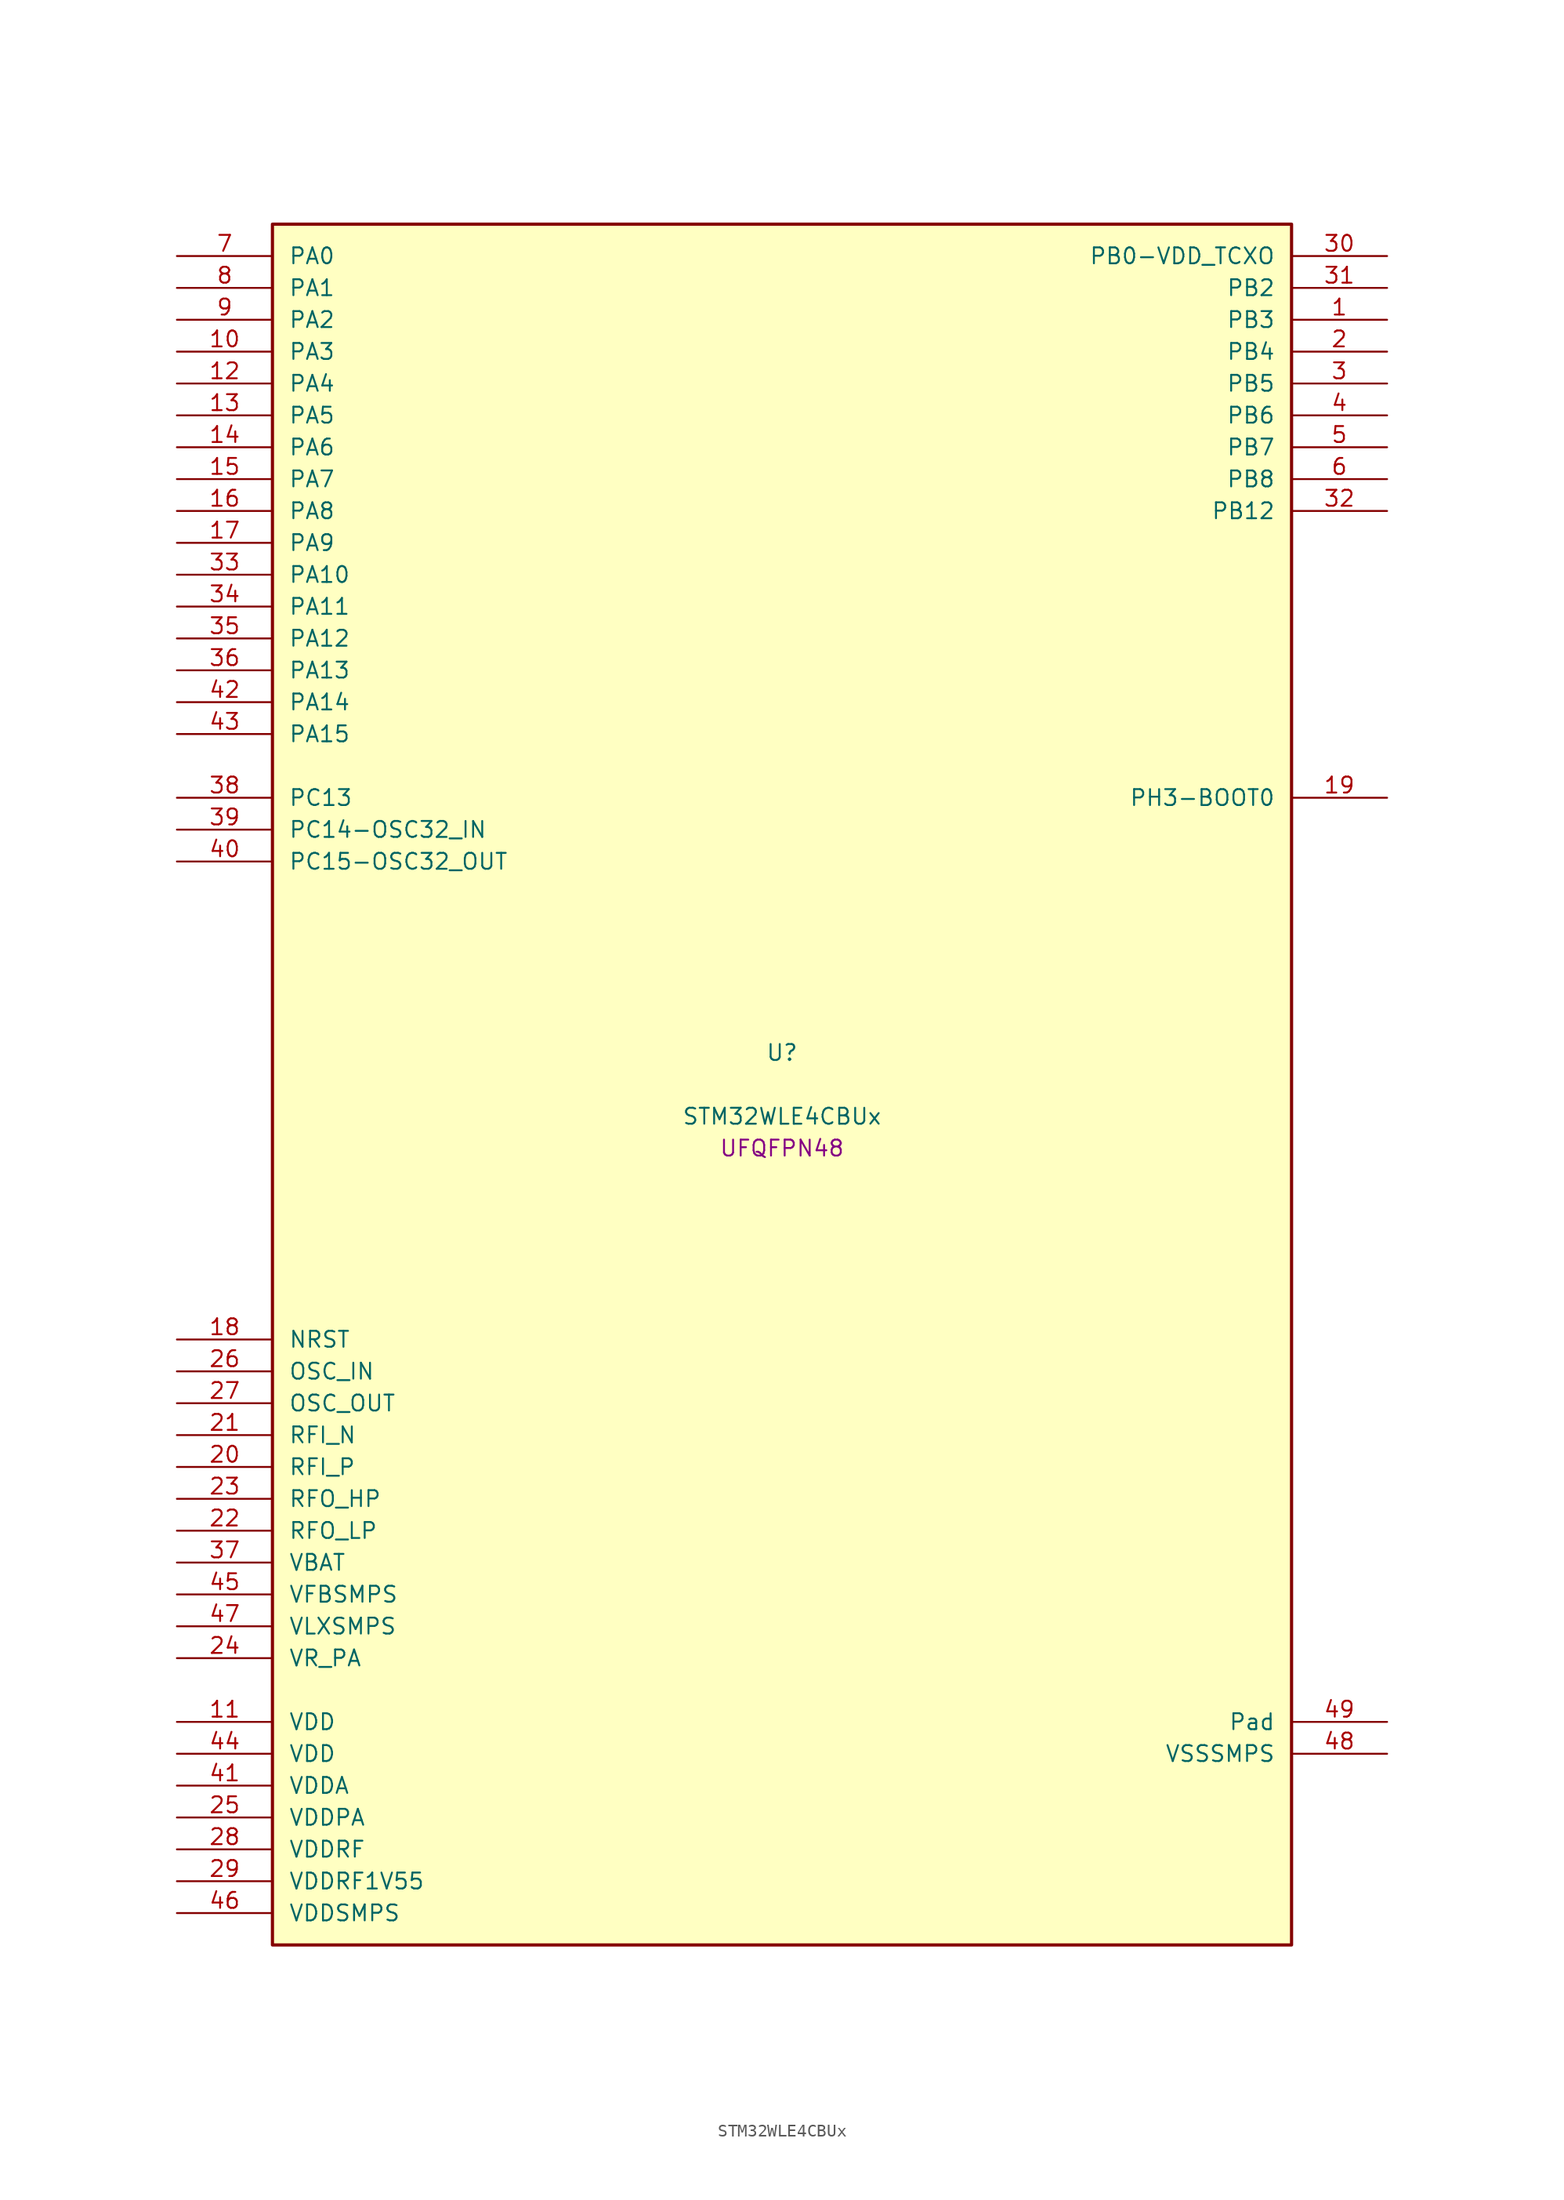
<source format=kicad_sym>
(kicad_symbol_lib
  (version 20241209)
  (generator "stm32_pkl_generator")
  (generator_version "1.0")
  (symbol "STM32WLE4CBUx"
    (pin_names
      (offset 1.27))
    (property "Reference" "U"
      (at 0 2.54 0))
    (property "Value" "STM32WLE4CBUx"
      (at 0 -2.54 0))
    (property "Footprint" "UFQFPN48"
      (at 0 -5.08 0))
    (symbol "STM32WLE4CBUx_1_1"
      (rectangle (start -40.64 68.58) (end 40.64 -68.58) (stroke (width 0.254) (type solid)) (fill (type background)))
      (pin bidirectional line (at -48.26 66.04 0) (length 7.62) (name "PA0") (number "7") (alternate "PA0/COMP1_OUT" bidirectional line) (alternate "PA0/DEBUG_PWR-REGLP1S" bidirectional line) (alternate "PA0/I2C3_SMBA" bidirectional line) (alternate "PA0/I2S_CKIN" bidirectional line) (alternate "PA0/PWR_WKUP1" bidirectional line) (alternate "PA0/RTC_TAMP_IN2" bidirectional line) (alternate "PA0/TIM2_CH1" bidirectional line) (alternate "PA0/TIM2_ETR" bidirectional line) (alternate "PA0/USART2_CTS" bidirectional line) (alternate "PA0/USART2_NSS" bidirectional line))
      (pin bidirectional line (at -48.26 63.5 0) (length 7.62) (name "PA1") (number "8") (alternate "PA1/DEBUG_PWR-REGLP2S" bidirectional line) (alternate "PA1/I2C1_SMBA" bidirectional line) (alternate "PA1/LPTIM3_OUT" bidirectional line) (alternate "PA1/LPUART1_RTS" bidirectional line) (alternate "PA1/SPI1_SCK" bidirectional line) (alternate "PA1/TIM2_CH2" bidirectional line) (alternate "PA1/USART2_DE" bidirectional line) (alternate "PA1/USART2_RTS" bidirectional line))
      (pin bidirectional line (at -48.26 60.96 0) (length 7.62) (name "PA2") (number "9") (alternate "PA2/COMP2_OUT" bidirectional line) (alternate "PA2/DEBUG_PWR-LDORDY" bidirectional line) (alternate "PA2/LPUART1_TX" bidirectional line) (alternate "PA2/RCC_LSCO" bidirectional line) (alternate "PA2/TIM2_CH3" bidirectional line) (alternate "PA2/USART2_TX" bidirectional line))
      (pin bidirectional line (at -48.26 58.42 0) (length 7.62) (name "PA3") (number "10") (alternate "PA3/I2S2_MCK" bidirectional line) (alternate "PA3/LPUART1_RX" bidirectional line) (alternate "PA3/TIM2_CH4" bidirectional line) (alternate "PA3/USART2_RX" bidirectional line))
      (pin bidirectional line (at -48.26 55.88 0) (length 7.62) (name "PA4") (number "12") (alternate "PA4/DEBUG_SUBGHZSPI-NSSOUT" bidirectional line) (alternate "PA4/LPTIM1_OUT" bidirectional line) (alternate "PA4/LPTIM2_OUT" bidirectional line) (alternate "PA4/RTC_OUT2" bidirectional line) (alternate "PA4/SPI1_NSS" bidirectional line) (alternate "PA4/USART2_CK" bidirectional line))
      (pin bidirectional line (at -48.26 53.34 0) (length 7.62) (name "PA5") (number "13") (alternate "PA5/DEBUG_SUBGHZSPI-SCKOUT" bidirectional line) (alternate "PA5/LPTIM2_ETR" bidirectional line) (alternate "PA5/SPI1_SCK" bidirectional line) (alternate "PA5/SPI2_MISO" bidirectional line) (alternate "PA5/TIM2_CH1" bidirectional line) (alternate "PA5/TIM2_ETR" bidirectional line))
      (pin bidirectional line (at -48.26 50.8 0) (length 7.62) (name "PA6") (number "14") (alternate "PA6/DEBUG_SUBGHZSPI-MISOOUT" bidirectional line) (alternate "PA6/I2C2_SMBA" bidirectional line) (alternate "PA6/LPUART1_CTS" bidirectional line) (alternate "PA6/SPI1_MISO" bidirectional line) (alternate "PA6/TIM16_CH1" bidirectional line) (alternate "PA6/TIM1_BKIN" bidirectional line))
      (pin bidirectional line (at -48.26 48.26 0) (length 7.62) (name "PA7") (number "15") (alternate "PA7/COMP2_OUT" bidirectional line) (alternate "PA7/DEBUG_SUBGHZSPI-MOSIOUT" bidirectional line) (alternate "PA7/I2C3_SCL" bidirectional line) (alternate "PA7/SPI1_MOSI" bidirectional line) (alternate "PA7/TIM17_CH1" bidirectional line) (alternate "PA7/TIM1_CH1N" bidirectional line))
      (pin bidirectional line (at -48.26 45.72 0) (length 7.62) (name "PA8") (number "16") (alternate "PA8/I2S2_CK" bidirectional line) (alternate "PA8/LPTIM2_OUT" bidirectional line) (alternate "PA8/RCC_MCO" bidirectional line) (alternate "PA8/SPI2_SCK" bidirectional line) (alternate "PA8/TIM1_CH1" bidirectional line) (alternate "PA8/USART1_CK" bidirectional line))
      (pin bidirectional line (at -48.26 43.18 0) (length 7.62) (name "PA9") (number "17") (alternate "PA9/DAC_EXTI9" bidirectional line) (alternate "PA9/I2C1_SCL" bidirectional line) (alternate "PA9/I2S2_CK" bidirectional line) (alternate "PA9/I2S2_WS" bidirectional line) (alternate "PA9/SPI2_NSS" bidirectional line) (alternate "PA9/SPI2_SCK" bidirectional line) (alternate "PA9/TIM1_CH2" bidirectional line) (alternate "PA9/USART1_TX" bidirectional line))
      (pin bidirectional line (at -48.26 40.64 0) (length 7.62) (name "PA10") (number "33") (alternate "PA10/ADC_IN6" bidirectional line) (alternate "PA10/COMP1_INM" bidirectional line) (alternate "PA10/COMP2_INM" bidirectional line) (alternate "PA10/DAC_OUT1" bidirectional line) (alternate "PA10/DEBUG_RF-HSE32RDY" bidirectional line) (alternate "PA10/I2C1_SDA" bidirectional line) (alternate "PA10/I2S2_SD" bidirectional line) (alternate "PA10/RTC_REFIN" bidirectional line) (alternate "PA10/SPI2_MOSI" bidirectional line) (alternate "PA10/TIM17_BKIN" bidirectional line) (alternate "PA10/TIM1_CH3" bidirectional line) (alternate "PA10/USART1_RX" bidirectional line))
      (pin bidirectional line (at -48.26 38.1 0) (length 7.62) (name "PA11") (number "34") (alternate "PA11/ADC_EXTI11" bidirectional line) (alternate "PA11/ADC_IN7" bidirectional line) (alternate "PA11/COMP1_INM" bidirectional line) (alternate "PA11/COMP2_INM" bidirectional line) (alternate "PA11/DEBUG_RF-NRESET" bidirectional line) (alternate "PA11/I2C2_SDA" bidirectional line) (alternate "PA11/LPTIM3_ETR" bidirectional line) (alternate "PA11/SPI1_MISO" bidirectional line) (alternate "PA11/TIM1_BKIN2" bidirectional line) (alternate "PA11/TIM1_CH4" bidirectional line) (alternate "PA11/USART1_CTS" bidirectional line) (alternate "PA11/USART1_NSS" bidirectional line))
      (pin bidirectional line (at -48.26 35.56 0) (length 7.62) (name "PA12") (number "35") (alternate "PA12/ADC_IN8" bidirectional line) (alternate "PA12/DEBUG_RF-BUSY" bidirectional line) (alternate "PA12/I2C2_SCL" bidirectional line) (alternate "PA12/LPTIM3_IN1" bidirectional line) (alternate "PA12/SPI1_MOSI" bidirectional line) (alternate "PA12/TIM1_ETR" bidirectional line) (alternate "PA12/USART1_DE" bidirectional line) (alternate "PA12/USART1_RTS" bidirectional line))
      (pin bidirectional line (at -48.26 33.02 0) (length 7.62) (name "PA13") (number "36") (alternate "PA13/ADC_IN9" bidirectional line) (alternate "PA13/DEBUG_JTMS-SWDIO" bidirectional line) (alternate "PA13/I2C2_SMBA" bidirectional line) (alternate "PA13/IR_OUT" bidirectional line))
      (pin bidirectional line (at -48.26 30.48 0) (length 7.62) (name "PA14") (number "42") (alternate "PA14/ADC_IN10" bidirectional line) (alternate "PA14/DEBUG_JTCK-SWCLK" bidirectional line) (alternate "PA14/I2C1_SMBA" bidirectional line) (alternate "PA14/LPTIM1_OUT" bidirectional line))
      (pin bidirectional line (at -48.26 27.94 0) (length 7.62) (name "PA15") (number "43") (alternate "PA15/ADC_IN11" bidirectional line) (alternate "PA15/COMP1_INM" bidirectional line) (alternate "PA15/COMP2_INP" bidirectional line) (alternate "PA15/DEBUG_JTDI" bidirectional line) (alternate "PA15/I2C2_SDA" bidirectional line) (alternate "PA15/SPI1_NSS" bidirectional line) (alternate "PA15/TIM2_CH1" bidirectional line) (alternate "PA15/TIM2_ETR" bidirectional line))
      (pin bidirectional line (at 48.26 66.04 180) (length 7.62) (name "PB0-VDD_TCXO") (number "30") (alternate "PB0-VDD_TCXO/COMP1_OUT" bidirectional line) (alternate "PB0-VDD_TCXO/VDDTCXO" bidirectional line))
      (pin bidirectional line (at 48.26 63.5 180) (length 7.62) (name "PB2") (number "31") (alternate "PB2/ADC_IN4" bidirectional line) (alternate "PB2/COMP1_INP" bidirectional line) (alternate "PB2/COMP2_INM" bidirectional line) (alternate "PB2/DEBUG_RF-SMPSRDY" bidirectional line) (alternate "PB2/I2C3_SMBA" bidirectional line) (alternate "PB2/LPTIM1_OUT" bidirectional line) (alternate "PB2/SPI1_NSS" bidirectional line))
      (pin bidirectional line (at 48.26 60.96 180) (length 7.62) (name "PB3") (number "1") (alternate "PB3/ADC_IN2" bidirectional line) (alternate "PB3/COMP1_INM" bidirectional line) (alternate "PB3/COMP2_INM" bidirectional line) (alternate "PB3/DEBUG_JTDO-SWO" bidirectional line) (alternate "PB3/DEBUG_RF-DTB1" bidirectional line) (alternate "PB3/PWR_WKUP3" bidirectional line) (alternate "PB3/RTC_TAMP_IN3" bidirectional line) (alternate "PB3/SPI1_SCK" bidirectional line) (alternate "PB3/TIM2_CH2" bidirectional line) (alternate "PB3/USART1_DE" bidirectional line) (alternate "PB3/USART1_RTS" bidirectional line))
      (pin bidirectional line (at 48.26 58.42 180) (length 7.62) (name "PB4") (number "2") (alternate "PB4/ADC_IN3" bidirectional line) (alternate "PB4/COMP1_INP" bidirectional line) (alternate "PB4/COMP2_INP" bidirectional line) (alternate "PB4/DEBUG_JTRST" bidirectional line) (alternate "PB4/DEBUG_RF-LDORDY" bidirectional line) (alternate "PB4/I2C3_SDA" bidirectional line) (alternate "PB4/SPI1_MISO" bidirectional line) (alternate "PB4/TIM17_BKIN" bidirectional line) (alternate "PB4/USART1_CTS" bidirectional line) (alternate "PB4/USART1_NSS" bidirectional line))
      (pin bidirectional line (at 48.26 55.88 180) (length 7.62) (name "PB5") (number "3") (alternate "PB5/COMP2_OUT" bidirectional line) (alternate "PB5/I2C1_SMBA" bidirectional line) (alternate "PB5/LPTIM1_IN1" bidirectional line) (alternate "PB5/SPI1_MOSI" bidirectional line) (alternate "PB5/TIM16_BKIN" bidirectional line) (alternate "PB5/USART1_CK" bidirectional line))
      (pin bidirectional line (at 48.26 53.34 180) (length 7.62) (name "PB6") (number "4") (alternate "PB6/I2C1_SCL" bidirectional line) (alternate "PB6/LPTIM1_ETR" bidirectional line) (alternate "PB6/TIM16_CH1N" bidirectional line) (alternate "PB6/USART1_TX" bidirectional line))
      (pin bidirectional line (at 48.26 50.8 180) (length 7.62) (name "PB7") (number "5") (alternate "PB7/I2C1_SDA" bidirectional line) (alternate "PB7/LPTIM1_IN2" bidirectional line) (alternate "PB7/PWR_PVD_IN" bidirectional line) (alternate "PB7/TIM17_CH1N" bidirectional line) (alternate "PB7/TIM1_BKIN" bidirectional line) (alternate "PB7/USART1_RX" bidirectional line))
      (pin bidirectional line (at 48.26 48.26 180) (length 7.62) (name "PB8") (number "6") (alternate "PB8/I2C1_SCL" bidirectional line) (alternate "PB8/TIM16_CH1" bidirectional line) (alternate "PB8/TIM1_CH2N" bidirectional line))
      (pin bidirectional line (at 48.26 45.72 180) (length 7.62) (name "PB12") (number "32") (alternate "PB12/I2C3_SMBA" bidirectional line) (alternate "PB12/I2S2_WS" bidirectional line) (alternate "PB12/LPUART1_RTS" bidirectional line) (alternate "PB12/SPI2_NSS" bidirectional line) (alternate "PB12/TIM1_BKIN" bidirectional line))
      (pin bidirectional line (at -48.26 22.86 0) (length 7.62) (name "PC13") (number "38") (alternate "PC13/PWR_WKUP2" bidirectional line) (alternate "PC13/RTC_OUT1" bidirectional line) (alternate "PC13/RTC_TAMP_IN1" bidirectional line) (alternate "PC13/RTC_TS" bidirectional line))
      (pin bidirectional line (at -48.26 20.32 0) (length 7.62) (name "PC14-OSC32_IN") (number "39") (alternate "PC14-OSC32_IN/RCC_OSC32_IN" bidirectional line))
      (pin bidirectional line (at -48.26 17.78 0) (length 7.62) (name "PC15-OSC32_OUT") (number "40") (alternate "PC15-OSC32_OUT/RCC_OSC32_OUT" bidirectional line))
      (pin bidirectional line (at 48.26 22.86 180) (length 7.62) (name "PH3-BOOT0") (number "19"))
      (pin input line (at -48.26 -20.32 0) (length 7.62) (name "NRST") (number "18"))
      (pin bidirectional line (at -48.26 -22.86 0) (length 7.62) (name "OSC_IN") (number "26") (alternate "OSC_IN/RCC_OSC_IN" bidirectional line))
      (pin bidirectional line (at -48.26 -25.4 0) (length 7.62) (name "OSC_OUT") (number "27") (alternate "OSC_OUT/RCC_OSC_OUT" bidirectional line))
      (pin bidirectional line (at -48.26 -27.94 0) (length 7.62) (name "RFI_N") (number "21"))
      (pin bidirectional line (at -48.26 -30.48 0) (length 7.62) (name "RFI_P") (number "20"))
      (pin bidirectional line (at -48.26 -33.02 0) (length 7.62) (name "RFO_HP") (number "23"))
      (pin bidirectional line (at -48.26 -35.56 0) (length 7.62) (name "RFO_LP") (number "22"))
      (pin power_in line (at -48.26 -38.1 0) (length 7.62) (name "VBAT") (number "37"))
      (pin power_in line (at -48.26 -40.64 0) (length 7.62) (name "VFBSMPS") (number "45"))
      (pin power_in line (at -48.26 -43.18 0) (length 7.62) (name "VLXSMPS") (number "47"))
      (pin power_in line (at -48.26 -45.72 0) (length 7.62) (name "VR_PA") (number "24"))
      (pin power_in line (at -48.26 -50.8 0) (length 7.62) (name "VDD") (number "11"))
      (pin power_in line (at -48.26 -53.34 0) (length 7.62) (name "VDD") (number "44"))
      (pin power_in line (at -48.26 -55.88 0) (length 7.62) (name "VDDA") (number "41"))
      (pin power_in line (at -48.26 -58.42 0) (length 7.62) (name "VDDPA") (number "25"))
      (pin power_in line (at -48.26 -60.96 0) (length 7.62) (name "VDDRF") (number "28"))
      (pin power_in line (at -48.26 -63.5 0) (length 7.62) (name "VDDRF1V55") (number "29"))
      (pin power_in line (at -48.26 -66.04 0) (length 7.62) (name "VDDSMPS") (number "46"))
      (pin passive line (at 48.26 -50.8 180) (length 7.62) (name "Pad") (number "49"))
      (pin power_in line (at 48.26 -53.34 180) (length 7.62) (name "VSSSMPS") (number "48")))))
</source>
